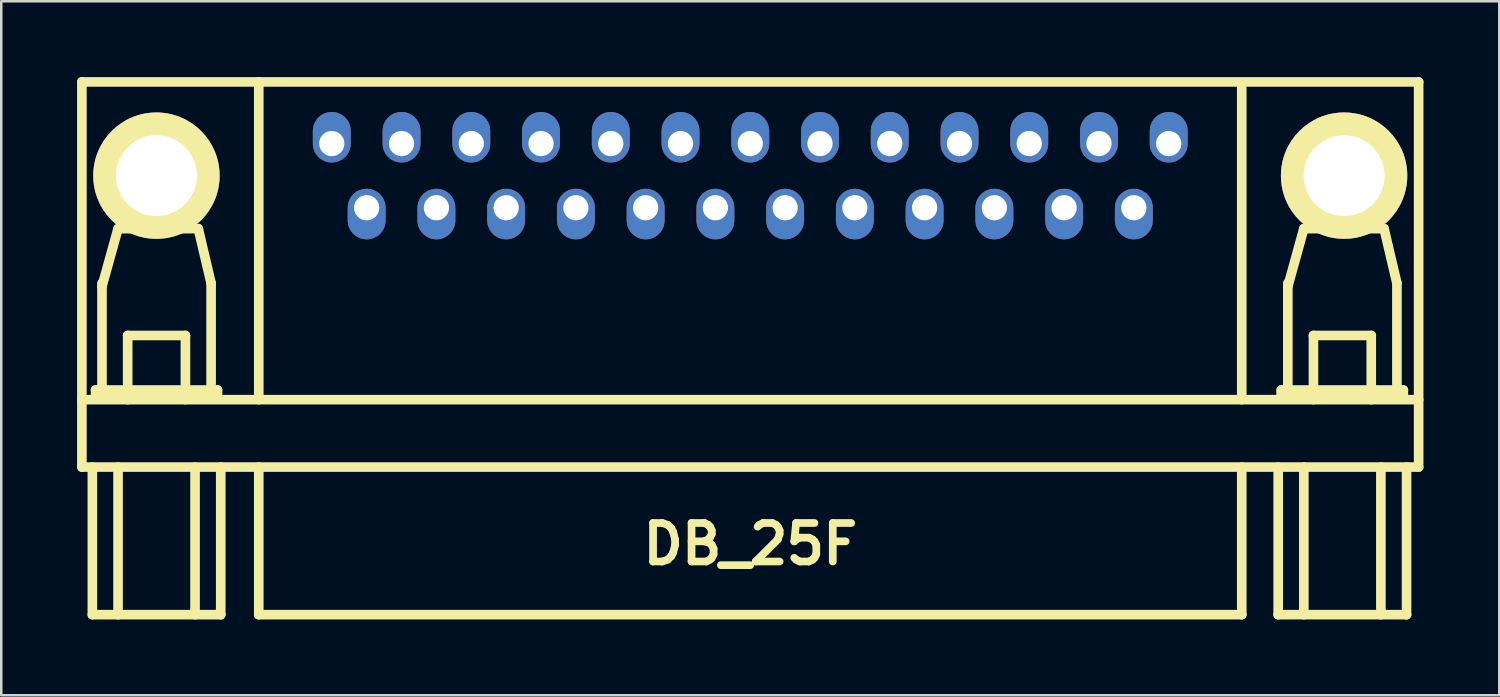
<source format=kicad_pcb>
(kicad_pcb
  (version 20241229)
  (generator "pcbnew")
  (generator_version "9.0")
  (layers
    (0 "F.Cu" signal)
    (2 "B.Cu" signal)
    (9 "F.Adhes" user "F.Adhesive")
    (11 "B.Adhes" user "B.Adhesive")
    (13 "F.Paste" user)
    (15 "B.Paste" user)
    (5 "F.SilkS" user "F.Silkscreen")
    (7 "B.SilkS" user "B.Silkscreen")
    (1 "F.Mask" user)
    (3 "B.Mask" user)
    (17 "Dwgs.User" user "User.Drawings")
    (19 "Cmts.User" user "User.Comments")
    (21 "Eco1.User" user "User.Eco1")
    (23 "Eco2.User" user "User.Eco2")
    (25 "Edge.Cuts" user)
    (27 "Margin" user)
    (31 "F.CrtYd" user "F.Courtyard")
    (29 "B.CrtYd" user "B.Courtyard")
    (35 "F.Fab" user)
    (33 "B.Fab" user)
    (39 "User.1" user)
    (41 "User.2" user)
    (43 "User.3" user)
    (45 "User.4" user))
  (footprint "DB_25F"
    (layer "F.Cu")
    (at 26.64 10.861)
    (property "Reference" "DB_25F" (at 0 7.62 0) (layer "F.SilkS") (effects (font (size 1.524 1.524) (thickness 0.305))))
    (attr through_hole)
    (fp_line (start -26.45 -10.67) (end -26.45 4.572) (stroke (width 0.381) (type solid)) (layer "F.SilkS"))
    (fp_line (start -26.45 1.905) (end 26.45 1.905) (stroke (width 0.381) (type solid)) (layer "F.SilkS"))
    (fp_line (start -26.035 4.572) (end -26.035 10.414) (stroke (width 0.381) (type solid)) (layer "F.SilkS"))
    (fp_line (start -26.035 10.414) (end -20.955 10.414) (stroke (width 0.381) (type solid)) (layer "F.SilkS"))
    (fp_line (start -25.908 1.524) (end -25.908 1.778) (stroke (width 0.381) (type solid)) (layer "F.SilkS"))
    (fp_line (start -25.908 1.778) (end -21.082 1.778) (stroke (width 0.381) (type solid)) (layer "F.SilkS"))
    (fp_line (start -25.654 -2.576) (end -25.019 -4.862) (stroke (width 0.381) (type solid)) (layer "F.SilkS"))
    (fp_line (start -25.654 1.524) (end -25.654 -2.703) (stroke (width 0.381) (type solid)) (layer "F.SilkS"))
    (fp_line (start -25.019 -4.862) (end -21.844 -4.862) (stroke (width 0.381) (type solid)) (layer "F.SilkS"))
    (fp_line (start -25.019 4.572) (end -25.019 10.414) (stroke (width 0.381) (type solid)) (layer "F.SilkS"))
    (fp_line (start -24.638 -0.635) (end -22.352 -0.635) (stroke (width 0.381) (type solid)) (layer "F.SilkS"))
    (fp_line (start -24.638 1.905) (end -24.638 -0.635) (stroke (width 0.381) (type solid)) (layer "F.SilkS"))
    (fp_line (start -22.352 -0.635) (end -22.352 1.905) (stroke (width 0.381) (type solid)) (layer "F.SilkS"))
    (fp_line (start -21.971 4.572) (end -21.971 10.414) (stroke (width 0.381) (type solid)) (layer "F.SilkS"))
    (fp_line (start -21.844 -4.862) (end -21.336 -2.703) (stroke (width 0.381) (type solid)) (layer "F.SilkS"))
    (fp_line (start -21.336 -2.703) (end -21.336 1.524) (stroke (width 0.381) (type solid)) (layer "F.SilkS"))
    (fp_line (start -21.082 1.524) (end -25.908 1.524) (stroke (width 0.381) (type solid)) (layer "F.SilkS"))
    (fp_line (start -21.082 1.778) (end -21.082 1.524) (stroke (width 0.381) (type solid)) (layer "F.SilkS"))
    (fp_line (start -20.955 4.572) (end -20.955 10.414) (stroke (width 0.381) (type solid)) (layer "F.SilkS"))
    (fp_line (start -19.45 1.905) (end -19.45 -10.668) (stroke (width 0.381) (type solid)) (layer "F.SilkS"))
    (fp_line (start -19.45 4.572) (end -19.45 10.414) (stroke (width 0.381) (type solid)) (layer "F.SilkS"))
    (fp_line (start 19.45 1.905) (end 19.45 -10.414) (stroke (width 0.381) (type solid)) (layer "F.SilkS"))
    (fp_line (start 19.45 10.414) (end -19.45 10.414) (stroke (width 0.381) (type solid)) (layer "F.SilkS"))
    (fp_line (start 19.45 10.414) (end 19.45 4.572) (stroke (width 0.381) (type solid)) (layer "F.SilkS"))
    (fp_line (start 20.892 4.572) (end 20.892 10.414) (stroke (width 0.381) (type solid)) (layer "F.SilkS"))
    (fp_line (start 20.892 10.414) (end 25.971 10.414) (stroke (width 0.381) (type solid)) (layer "F.SilkS"))
    (fp_line (start 21.018 1.524) (end 21.018 1.778) (stroke (width 0.381) (type solid)) (layer "F.SilkS"))
    (fp_line (start 21.018 1.524) (end 21.018 1.778) (stroke (width 0.381) (type solid)) (layer "F.SilkS"))
    (fp_line (start 21.018 1.778) (end 25.845 1.778) (stroke (width 0.381) (type solid)) (layer "F.SilkS"))
    (fp_line (start 21.273 -2.576) (end 21.907 -4.862) (stroke (width 0.381) (type solid)) (layer "F.SilkS"))
    (fp_line (start 21.273 1.524) (end 21.273 -2.703) (stroke (width 0.381) (type solid)) (layer "F.SilkS"))
    (fp_line (start 21.907 -4.862) (end 25.082 -4.862) (stroke (width 0.381) (type solid)) (layer "F.SilkS"))
    (fp_line (start 21.907 4.572) (end 21.907 10.414) (stroke (width 0.381) (type solid)) (layer "F.SilkS"))
    (fp_line (start 22.288 -0.635) (end 24.575 -0.635) (stroke (width 0.381) (type solid)) (layer "F.SilkS"))
    (fp_line (start 22.288 1.905) (end 22.288 -0.635) (stroke (width 0.381) (type solid)) (layer "F.SilkS"))
    (fp_line (start 24.575 -0.635) (end 24.575 1.905) (stroke (width 0.381) (type solid)) (layer "F.SilkS"))
    (fp_line (start 24.956 4.572) (end 24.956 10.414) (stroke (width 0.381) (type solid)) (layer "F.SilkS"))
    (fp_line (start 25.082 -4.862) (end 25.59 -2.703) (stroke (width 0.381) (type solid)) (layer "F.SilkS"))
    (fp_line (start 25.59 -2.703) (end 25.59 1.524) (stroke (width 0.381) (type solid)) (layer "F.SilkS"))
    (fp_line (start 25.845 1.524) (end 21.018 1.524) (stroke (width 0.381) (type solid)) (layer "F.SilkS"))
    (fp_line (start 25.845 1.778) (end 25.845 1.524) (stroke (width 0.381) (type solid)) (layer "F.SilkS"))
    (fp_line (start 25.971 4.572) (end 25.971 10.414) (stroke (width 0.381) (type solid)) (layer "F.SilkS"))
    (fp_line (start 26.45 -10.67) (end 26.45 4.572) (stroke (width 0.381) (type solid)) (layer "F.SilkS"))
    (fp_line (start 26.45 -10.668) (end -26.45 -10.668) (stroke (width 0.381) (type solid)) (layer "F.SilkS"))
    (fp_line (start 26.45 4.572) (end -26.45 4.572) (stroke (width 0.381) (type solid)) (layer "F.SilkS"))
    (pad "" thru_hole circle (at -23.5 -6.96) (size 5 5) (drill 3.2) (layers "*.Cu" "*.Mask" "F.SilkS"))
    (pad "" thru_hole circle (at 23.5 -6.96) (size 5 5) (drill 3.2) (layers "*.Cu" "*.Mask" "F.SilkS"))
    (pad "1" thru_hole oval (at 16.56 -8.23) (size 1.5 2) (drill 1 (offset 0 -0.25)) (layers "*.Cu" "*.Mask"))
    (pad "2" thru_hole oval (at 13.8 -8.23) (size 1.5 2) (drill 1 (offset 0 -0.25)) (layers "*.Cu" "*.Mask"))
    (pad "3" thru_hole oval (at 11.04 -8.23) (size 1.5 2) (drill 1 (offset 0 -0.25)) (layers "*.Cu" "*.Mask"))
    (pad "4" thru_hole oval (at 8.28 -8.23) (size 1.5 2) (drill 1 (offset 0 -0.25)) (layers "*.Cu" "*.Mask"))
    (pad "5" thru_hole oval (at 5.52 -8.23) (size 1.5 2) (drill 1 (offset 0 -0.25)) (layers "*.Cu" "*.Mask"))
    (pad "6" thru_hole oval (at 2.76 -8.23) (size 1.5 2) (drill 1 (offset 0 -0.25)) (layers "*.Cu" "*.Mask"))
    (pad "7" thru_hole oval (at 0 -8.23) (size 1.5 2) (drill 1 (offset 0 -0.25)) (layers "*.Cu" "*.Mask"))
    (pad "8" thru_hole oval (at -2.76 -8.23) (size 1.5 2) (drill 1 (offset 0 -0.25)) (layers "*.Cu" "*.Mask"))
    (pad "9" thru_hole oval (at -5.52 -8.23) (size 1.5 2) (drill 1 (offset 0 -0.25)) (layers "*.Cu" "*.Mask"))
    (pad "10" thru_hole oval (at -8.28 -8.23) (size 1.5 2) (drill 1 (offset 0 -0.25)) (layers "*.Cu" "*.Mask"))
    (pad "11" thru_hole oval (at -11.04 -8.23) (size 1.5 2) (drill 1 (offset 0 -0.25)) (layers "*.Cu" "*.Mask"))
    (pad "12" thru_hole oval (at -13.8 -8.23) (size 1.5 2) (drill 1 (offset 0 -0.25)) (layers "*.Cu" "*.Mask"))
    (pad "13" thru_hole oval (at -16.56 -8.23) (size 1.5 2) (drill 1 (offset 0 -0.25)) (layers "*.Cu" "*.Mask"))
    (pad "14" thru_hole oval (at 15.18 -5.69) (size 1.5 2) (drill 1 (offset 0 0.25)) (layers "*.Cu" "*.Mask"))
    (pad "15" thru_hole oval (at 12.42 -5.69) (size 1.5 2) (drill 1 (offset 0 0.25)) (layers "*.Cu" "*.Mask"))
    (pad "16" thru_hole oval (at 9.66 -5.69) (size 1.5 2) (drill 1 (offset 0 0.25)) (layers "*.Cu" "*.Mask"))
    (pad "17" thru_hole oval (at 6.9 -5.69) (size 1.5 2) (drill 1 (offset 0 0.25)) (layers "*.Cu" "*.Mask"))
    (pad "18" thru_hole oval (at 4.14 -5.69) (size 1.5 2) (drill 1 (offset 0 0.25)) (layers "*.Cu" "*.Mask"))
    (pad "19" thru_hole oval (at 1.38 -5.69) (size 1.5 2) (drill 1 (offset 0 0.25)) (layers "*.Cu" "*.Mask"))
    (pad "20" thru_hole oval (at -1.38 -5.69) (size 1.5 2) (drill 1 (offset 0 0.25)) (layers "*.Cu" "*.Mask"))
    (pad "21" thru_hole oval (at -4.14 -5.69) (size 1.5 2) (drill 1 (offset 0 0.25)) (layers "*.Cu" "*.Mask"))
    (pad "22" thru_hole oval (at -6.9 -5.69) (size 1.5 2) (drill 1 (offset 0 0.25)) (layers "*.Cu" "*.Mask"))
    (pad "23" thru_hole oval (at -9.66 -5.69) (size 1.5 2) (drill 1 (offset 0 0.25)) (layers "*.Cu" "*.Mask"))
    (pad "24" thru_hole oval (at -12.42 -5.69) (size 1.5 2) (drill 1 (offset 0 0.25)) (layers "*.Cu" "*.Mask"))
    (pad "25" thru_hole oval (at -15.18 -5.69) (size 1.5 2) (drill 1 (offset 0 0.25)) (layers "*.Cu" "*.Mask")))
  (gr_rect
    (start -3 -3)
    (end 56.281 24.465)
    (stroke (width 0.1) (type default))
    (fill no)
    (layer "Edge.Cuts")))
</source>
